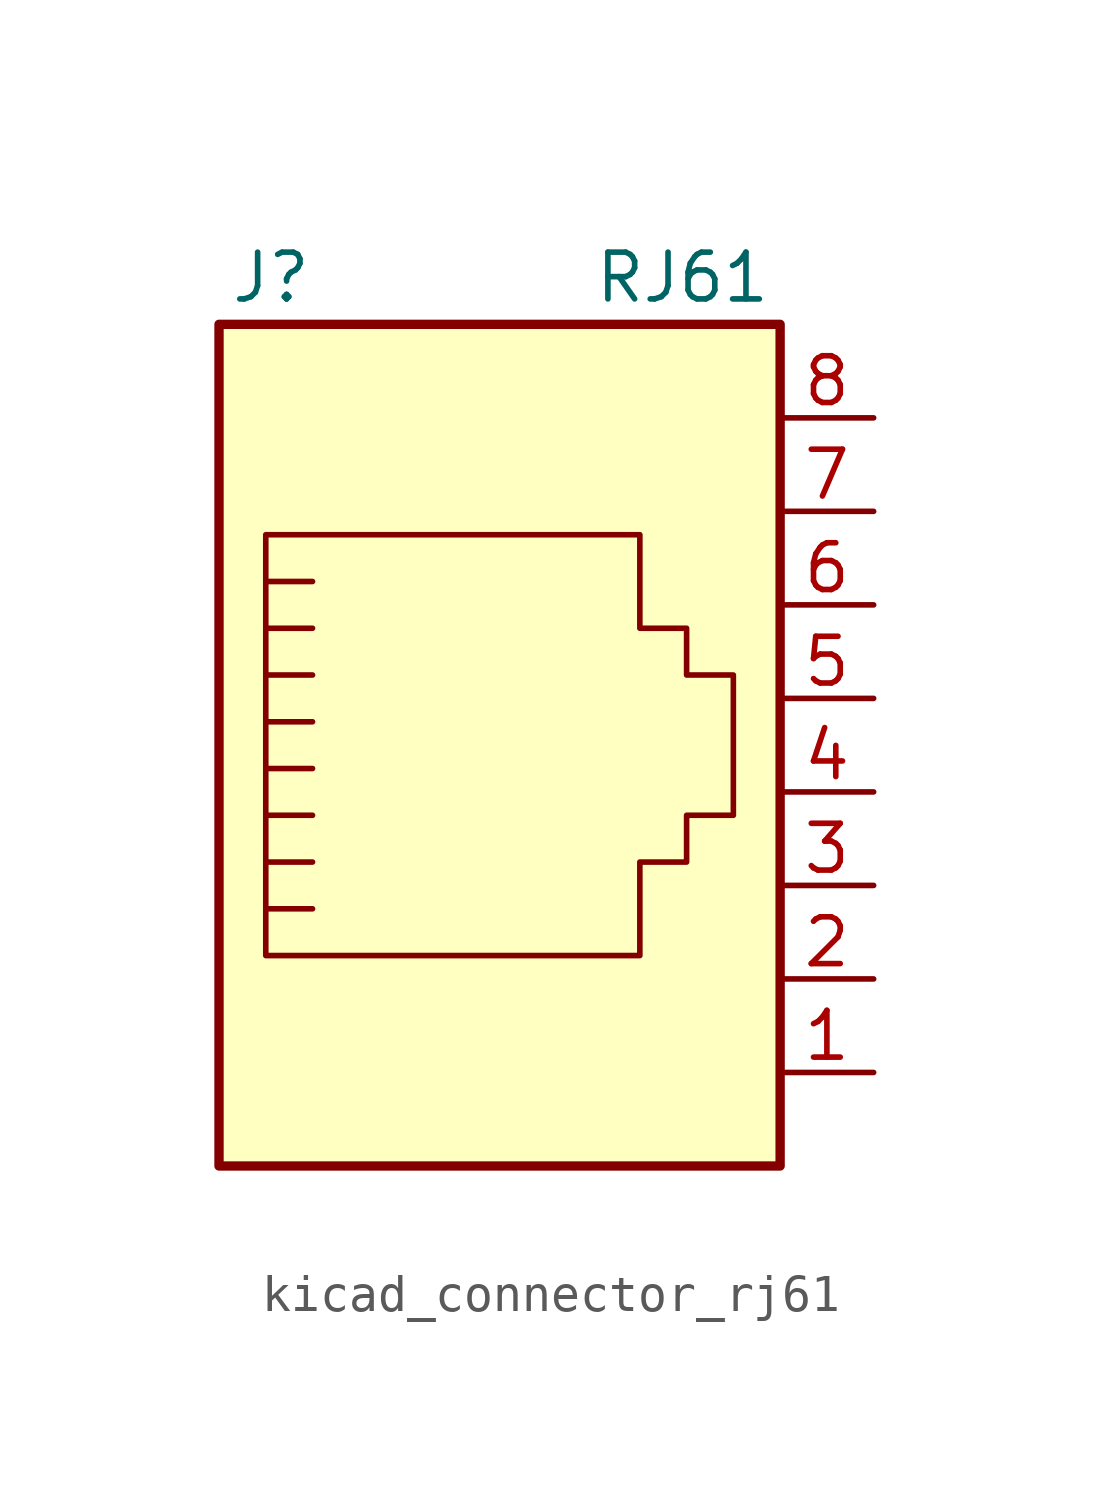
<source format=kicad_sym>
(kicad_symbol_lib
  (version 20220914)
  (generator kicad_symbol_editor)
  (symbol "kicad_connector_rj61"
    (pin_names
      (offset 1.016))
    (property "Reference" "J"
      (at -5.08 13.97 0)
      (effects (font (size 1.27 1.27)) (justify right)))
    (property "Value" "RJ61"
      (at 2.54 13.97 0)
      (effects (font (size 1.27 1.27)) (justify left)))
    (symbol "kicad_connector_rj61_0_1"
      (polyline (pts (xy -5.08 4.445) (xy -6.35 4.445)) (stroke (width 0) (type default)) (fill (type none)))
      (polyline (pts (xy -5.08 5.715) (xy -6.35 5.715)) (stroke (width 0) (type default)) (fill (type none)))
      (polyline (pts (xy -6.35 -3.175) (xy -5.08 -3.175) (xy -5.08 -3.175)) (stroke (width 0) (type default)) (fill (type none)))
      (polyline (pts (xy -6.35 -1.905) (xy -5.08 -1.905) (xy -5.08 -1.905)) (stroke (width 0) (type default)) (fill (type none)))
      (polyline (pts (xy -6.35 -0.635) (xy -5.08 -0.635) (xy -5.08 -0.635)) (stroke (width 0) (type default)) (fill (type none)))
      (polyline (pts (xy -6.35 0.635) (xy -5.08 0.635) (xy -5.08 0.635)) (stroke (width 0) (type default)) (fill (type none)))
      (polyline (pts (xy -6.35 1.905) (xy -5.08 1.905) (xy -5.08 1.905)) (stroke (width 0) (type default)) (fill (type none)))
      (polyline (pts (xy -5.08 3.175) (xy -6.35 3.175) (xy -6.35 3.175)) (stroke (width 0) (type default)) (fill (type none)))
      (polyline (pts (xy -6.35 -4.445) (xy -6.35 6.985) (xy 3.81 6.985) (xy 3.81 4.445) (xy 5.08 4.445) (xy 5.08 3.175) (xy 6.35 3.175) (xy 6.35 -0.635) (xy 5.08 -0.635) (xy 5.08 -1.905) (xy 3.81 -1.905) (xy 3.81 -4.445) (xy -6.35 -4.445) (xy -6.35 -4.445)) (stroke (width 0) (type default)) (fill (type none)))
      (rectangle (start 7.62 12.7) (end -7.62 -10.16) (stroke (width 0.254) (type default)) (fill (type background))))
    (symbol "kicad_connector_rj61_1_1"
      (pin passive line (at 10.16 -7.62 180) (length 2.54) (name "~" (effects (font (size 1.27 1.27)))) (number "1" (effects (font (size 1.27 1.27)))))
      (pin passive line (at 10.16 -5.08 180) (length 2.54) (name "~" (effects (font (size 1.27 1.27)))) (number "2" (effects (font (size 1.27 1.27)))))
      (pin passive line (at 10.16 -2.54 180) (length 2.54) (name "~" (effects (font (size 1.27 1.27)))) (number "3" (effects (font (size 1.27 1.27)))))
      (pin passive line (at 10.16 0 180) (length 2.54) (name "~" (effects (font (size 1.27 1.27)))) (number "4" (effects (font (size 1.27 1.27)))))
      (pin passive line (at 10.16 2.54 180) (length 2.54) (name "~" (effects (font (size 1.27 1.27)))) (number "5" (effects (font (size 1.27 1.27)))))
      (pin passive line (at 10.16 5.08 180) (length 2.54) (name "~" (effects (font (size 1.27 1.27)))) (number "6" (effects (font (size 1.27 1.27)))))
      (pin passive line (at 10.16 7.62 180) (length 2.54) (name "~" (effects (font (size 1.27 1.27)))) (number "7" (effects (font (size 1.27 1.27)))))
      (pin passive line (at 10.16 10.16 180) (length 2.54) (name "~" (effects (font (size 1.27 1.27)))) (number "8" (effects (font (size 1.27 1.27))))))))
</source>
